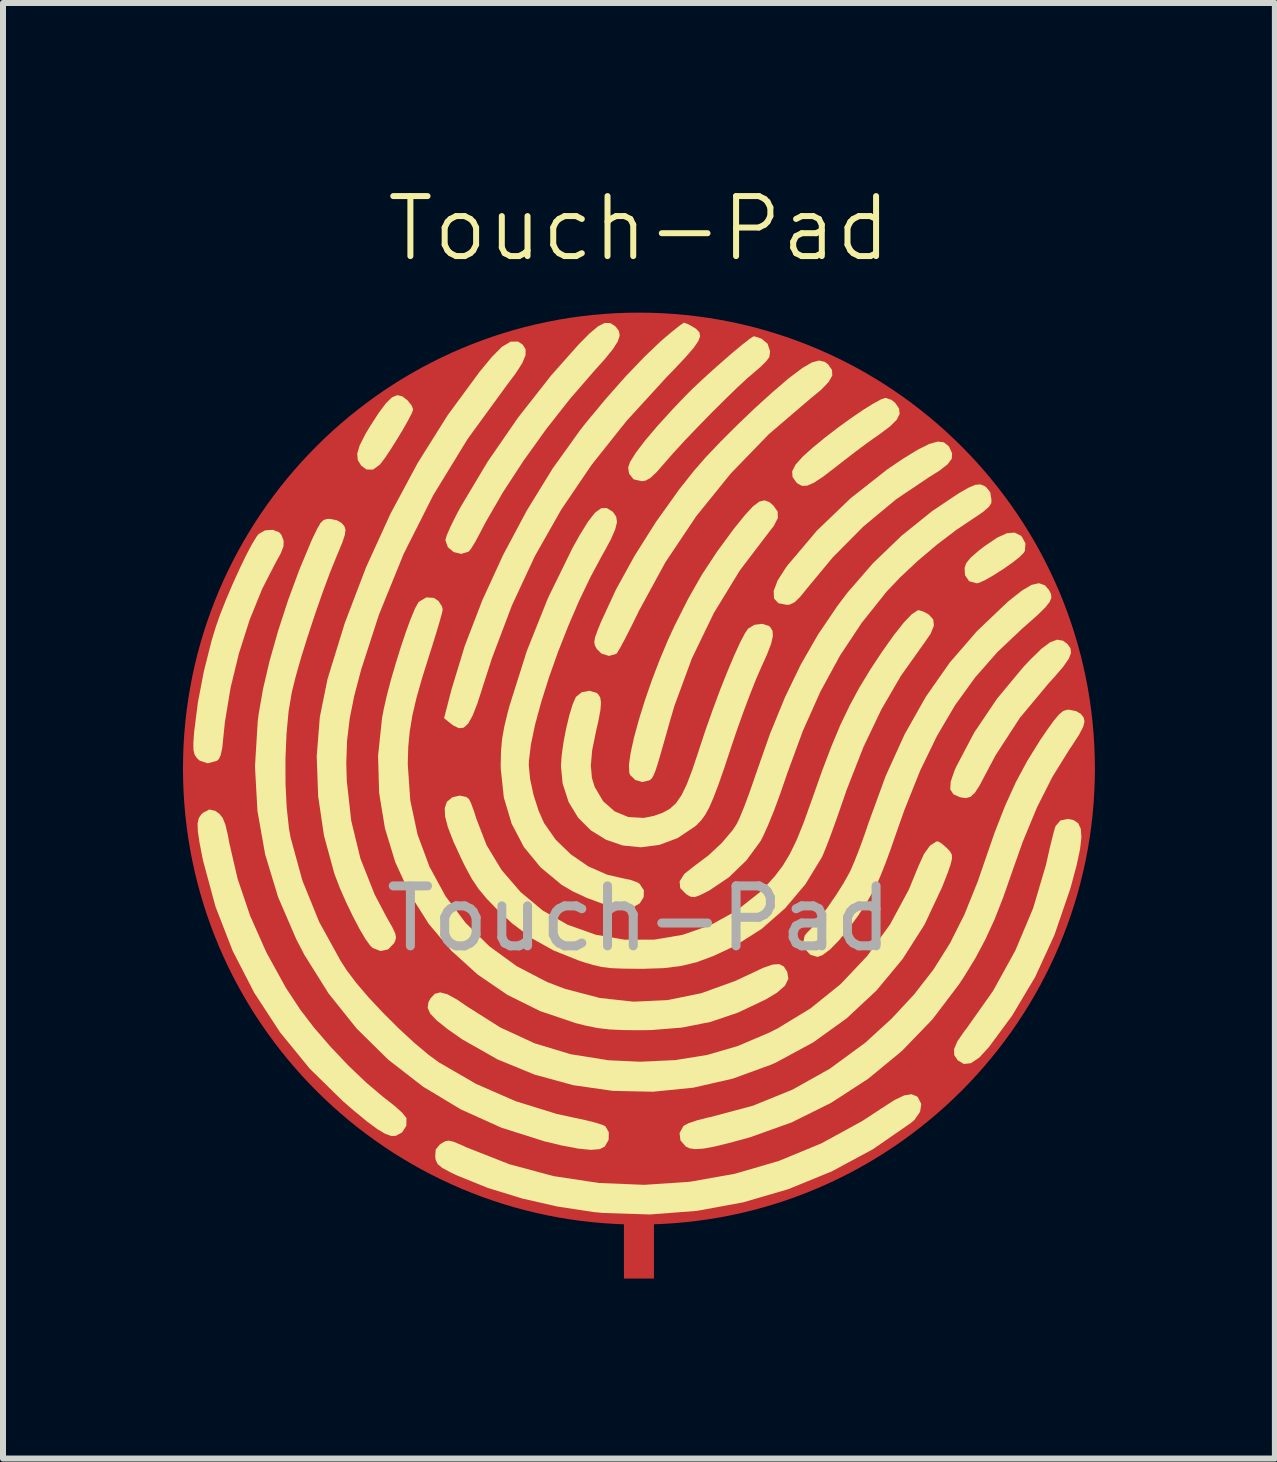
<source format=kicad_pcb>
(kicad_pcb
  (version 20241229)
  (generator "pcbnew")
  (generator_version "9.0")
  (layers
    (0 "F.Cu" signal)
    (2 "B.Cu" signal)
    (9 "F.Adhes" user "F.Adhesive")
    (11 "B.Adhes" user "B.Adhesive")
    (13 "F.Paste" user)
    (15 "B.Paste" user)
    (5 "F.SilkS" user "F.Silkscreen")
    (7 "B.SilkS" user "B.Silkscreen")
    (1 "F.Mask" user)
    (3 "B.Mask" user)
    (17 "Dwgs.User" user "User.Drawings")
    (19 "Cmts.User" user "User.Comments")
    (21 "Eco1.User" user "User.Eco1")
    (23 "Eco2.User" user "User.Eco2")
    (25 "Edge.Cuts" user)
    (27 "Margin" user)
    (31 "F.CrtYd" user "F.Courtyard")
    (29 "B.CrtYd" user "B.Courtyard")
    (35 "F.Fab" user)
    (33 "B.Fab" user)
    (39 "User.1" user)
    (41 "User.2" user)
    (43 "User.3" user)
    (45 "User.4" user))
  (footprint "Touch-Pad"
    (layer "F.Cu")
    (at 7.6 9.761)
    (property "Reference" "Touch-Pad" (at 0 -9 0) (unlocked yes) (layer "F.SilkS") (effects (font (size 1 1) (thickness 0.1))))
    (fp_line (start 0 1.7) (end 0 2.8) (stroke (width 0.4) (type default)) (layer "F.Cu"))
    (fp_circle (center 0 0) (end 7.5 0) (stroke (width 0.2) (type solid)) (fill yes) (layer "F.Cu"))
    (fp_poly (pts (xy 5.504 -3.123) (xy 5.435 -3.222) (xy 5.428 -3.343) (xy 5.455 -3.424) (xy 5.528 -3.514) (xy 5.658 -3.628) (xy 5.756 -3.704) (xy 5.967 -3.847) (xy 6.132 -3.923) (xy 6.261 -3.934) (xy 6.364 -3.883) (xy 6.38 -3.868) (xy 6.443 -3.753) (xy 6.433 -3.63) (xy 6.416 -3.599) (xy 6.346 -3.528) (xy 6.225 -3.432) (xy 6.074 -3.327) (xy 5.916 -3.226) (xy 5.773 -3.144) (xy 5.666 -3.095) (xy 5.632 -3.088)) (stroke (width 0) (type solid)) (fill yes) (layer "F.SilkS"))
    (fp_poly (pts (xy -4.544 -4.986) (xy -4.63 -5.051) (xy -4.687 -5.142) (xy -4.696 -5.25) (xy -4.654 -5.39) (xy -4.559 -5.576) (xy -4.496 -5.682) (xy -4.341 -5.924) (xy -4.217 -6.09) (xy -4.115 -6.189) (xy -4.026 -6.225) (xy -3.942 -6.204) (xy -3.853 -6.134) (xy -3.787 -6.049) (xy -3.763 -5.986) (xy -3.786 -5.923) (xy -3.847 -5.805) (xy -3.934 -5.651) (xy -4.036 -5.483) (xy -4.139 -5.318) (xy -4.234 -5.177) (xy -4.307 -5.08) (xy -4.315 -5.07) (xy -4.432 -4.983)) (stroke (width 0) (type solid)) (fill yes) (layer "F.SilkS"))
    (fp_poly (pts (xy 5.354 0.478) (xy 5.242 0.429) (xy 5.189 0.347) (xy 5.196 0.219) (xy 5.259 0.035) (xy 5.287 -0.029) (xy 5.589 -0.602) (xy 5.967 -1.163) (xy 6.409 -1.695) (xy 6.529 -1.822) (xy 6.712 -2) (xy 6.856 -2.107) (xy 6.972 -2.149) (xy 7.07 -2.131) (xy 7.141 -2.077) (xy 7.193 -2.006) (xy 7.202 -1.927) (xy 7.163 -1.828) (xy 7.072 -1.698) (xy 6.923 -1.524) (xy 6.831 -1.424) (xy 6.35 -0.847) (xy 5.944 -0.221) (xy 5.782 0.084) (xy 5.679 0.28) (xy 5.598 0.405) (xy 5.525 0.472) (xy 5.447 0.492)) (stroke (width 0) (type solid)) (fill yes) (layer "F.SilkS"))
    (fp_poly (pts (xy 2.325 -2.756) (xy 2.251 -2.836) (xy 2.246 -2.963) (xy 2.312 -3.136) (xy 2.449 -3.35) (xy 2.472 -3.382) (xy 2.966 -3.966) (xy 3.529 -4.507) (xy 4.143 -4.99) (xy 4.406 -5.168) (xy 4.652 -5.318) (xy 4.839 -5.411) (xy 4.98 -5.451) (xy 5.083 -5.438) (xy 5.159 -5.377) (xy 5.173 -5.357) (xy 5.22 -5.256) (xy 5.214 -5.165) (xy 5.146 -5.073) (xy 5.009 -4.966) (xy 4.848 -4.866) (xy 4.287 -4.489) (xy 3.743 -4.037) (xy 3.231 -3.521) (xy 2.806 -3.009) (xy 2.685 -2.86) (xy 2.595 -2.773) (xy 2.518 -2.735) (xy 2.47 -2.729)) (stroke (width 0) (type solid)) (fill yes) (layer "F.SilkS"))
    (fp_poly (pts (xy 2.647 -4.75) (xy 2.623 -4.771) (xy 2.56 -4.86) (xy 2.554 -4.955) (xy 2.61 -5.066) (xy 2.734 -5.204) (xy 2.895 -5.348) (xy 3.098 -5.515) (xy 3.315 -5.682) (xy 3.532 -5.839) (xy 3.734 -5.977) (xy 3.908 -6.085) (xy 4.039 -6.156) (xy 4.11 -6.179) (xy 4.207 -6.147) (xy 4.271 -6.097) (xy 4.335 -6.003) (xy 4.346 -5.913) (xy 4.298 -5.816) (xy 4.183 -5.702) (xy 3.996 -5.562) (xy 3.919 -5.509) (xy 3.79 -5.417) (xy 3.617 -5.288) (xy 3.425 -5.14) (xy 3.283 -5.029) (xy 3.076 -4.87) (xy 2.921 -4.767) (xy 2.806 -4.716) (xy 2.719 -4.712)) (stroke (width 0) (type solid)) (fill yes) (layer "F.SilkS"))
    (fp_poly (pts (xy 5.314 4.863) (xy 5.255 4.775) (xy 5.253 4.673) (xy 5.31 4.542) (xy 5.43 4.369) (xy 5.459 4.333) (xy 5.902 3.706) (xy 6.274 3.032) (xy 6.571 2.326) (xy 6.786 1.599) (xy 6.807 1.504) (xy 6.852 1.305) (xy 6.895 1.13) (xy 6.929 1.005) (xy 6.943 0.961) (xy 7.023 0.866) (xy 7.149 0.838) (xy 7.246 0.859) (xy 7.322 0.911) (xy 7.365 1.005) (xy 7.375 1.147) (xy 7.352 1.347) (xy 7.295 1.612) (xy 7.204 1.951) (xy 7.184 2.019) (xy 6.925 2.775) (xy 6.606 3.47) (xy 6.221 4.117) (xy 5.835 4.64) (xy 5.673 4.816) (xy 5.534 4.91) (xy 5.415 4.924)) (stroke (width 0) (type solid)) (fill yes) (layer "F.SilkS"))
    (fp_poly (pts (xy -3.088 -3.609) (xy -3.185 -3.691) (xy -3.226 -3.808) (xy -3.226 -3.811) (xy -3.205 -3.885) (xy -3.148 -4.017) (xy -3.065 -4.187) (xy -2.975 -4.357) (xy -2.526 -5.109) (xy -2.014 -5.852) (xy -1.46 -6.557) (xy -1.003 -7.072) (xy -0.82 -7.256) (xy -0.68 -7.373) (xy -0.57 -7.428) (xy -0.478 -7.426) (xy -0.395 -7.373) (xy -0.384 -7.363) (xy -0.333 -7.293) (xy -0.321 -7.216) (xy -0.353 -7.119) (xy -0.434 -6.992) (xy -0.57 -6.824) (xy -0.747 -6.627) (xy -1.153 -6.158) (xy -1.552 -5.65) (xy -1.928 -5.125) (xy -2.268 -4.604) (xy -2.555 -4.107) (xy -2.646 -3.933) (xy -2.724 -3.787) (xy -2.793 -3.673) (xy -2.838 -3.616) (xy -2.84 -3.615) (xy -2.963 -3.579)) (stroke (width 0) (type solid)) (fill yes) (layer "F.SilkS"))
    (fp_poly (pts (xy -7.321 -0.132) (xy -7.367 -0.173) (xy -7.406 -0.23) (xy -7.425 -0.308) (xy -7.427 -0.427) (xy -7.414 -0.61) (xy -7.352 -1.1) (xy -7.252 -1.621) (xy -7.124 -2.129) (xy -7.052 -2.365) (xy -6.976 -2.581) (xy -6.879 -2.825) (xy -6.77 -3.08) (xy -6.657 -3.329) (xy -6.548 -3.555) (xy -6.45 -3.741) (xy -6.371 -3.87) (xy -6.338 -3.911) (xy -6.231 -3.971) (xy -6.105 -3.98) (xy -5.998 -3.94) (xy -5.96 -3.897) (xy -5.922 -3.8) (xy -5.925 -3.703) (xy -5.973 -3.581) (xy -6.045 -3.452) (xy -6.279 -2.998) (xy -6.489 -2.48) (xy -6.667 -1.921) (xy -6.807 -1.346) (xy -6.901 -0.777) (xy -6.925 -0.544) (xy -6.945 -0.348) (xy -6.971 -0.224) (xy -7.005 -0.155) (xy -7.037 -0.129) (xy -7.188 -0.088)) (stroke (width 0) (type solid)) (fill yes) (layer "F.SilkS"))
    (fp_poly (pts (xy -0.089 -4.821) (xy -0.164 -4.914) (xy -0.18 -5.018) (xy -0.147 -5.113) (xy -0.053 -5.263) (xy 0.097 -5.461) (xy 0.299 -5.7) (xy 0.548 -5.975) (xy 0.756 -6.194) (xy 0.887 -6.325) (xy 1.048 -6.477) (xy 1.226 -6.639) (xy 1.408 -6.8) (xy 1.58 -6.949) (xy 1.73 -7.073) (xy 1.844 -7.162) (xy 1.91 -7.204) (xy 1.918 -7.206) (xy 1.979 -7.189) (xy 2.045 -7.164) (xy 2.144 -7.082) (xy 2.186 -6.956) (xy 2.174 -6.862) (xy 2.125 -6.793) (xy 2.028 -6.696) (xy 1.934 -6.616) (xy 1.804 -6.505) (xy 1.629 -6.342) (xy 1.422 -6.141) (xy 1.198 -5.918) (xy 0.972 -5.686) (xy 0.757 -5.461) (xy 0.569 -5.256) (xy 0.426 -5.092) (xy 0.29 -4.937) (xy 0.189 -4.843) (xy 0.108 -4.799) (xy 0.05 -4.79)) (stroke (width 0) (type solid)) (fill yes) (layer "F.SilkS"))
    (fp_poly (pts (xy -0.623 -1.916) (xy -0.7 -1.991) (xy -0.734 -2.051) (xy -0.745 -2.11) (xy -0.73 -2.191) (xy -0.686 -2.314) (xy -0.63 -2.45) (xy -0.382 -2.986) (xy -0.072 -3.548) (xy 0.284 -4.112) (xy 0.672 -4.655) (xy 0.921 -4.969) (xy 1.116 -5.192) (xy 1.362 -5.451) (xy 1.64 -5.728) (xy 1.93 -6.006) (xy 2.215 -6.264) (xy 2.473 -6.486) (xy 2.523 -6.526) (xy 2.727 -6.679) (xy 2.883 -6.77) (xy 3.003 -6.802) (xy 3.098 -6.779) (xy 3.155 -6.735) (xy 3.217 -6.646) (xy 3.223 -6.553) (xy 3.164 -6.446) (xy 3.038 -6.315) (xy 2.844 -6.155) (xy 2.162 -5.571) (xy 1.529 -4.917) (xy 0.953 -4.204) (xy 0.442 -3.44) (xy 0.004 -2.637) (xy -0.012 -2.604) (xy -0.122 -2.38) (xy -0.221 -2.185) (xy -0.302 -2.032) (xy -0.358 -1.937) (xy -0.377 -1.912) (xy -0.499 -1.878)) (stroke (width 0) (type solid)) (fill yes) (layer "F.SilkS"))
    (fp_poly (pts (xy -0.061 0.19) (xy -0.146 0.108) (xy -0.161 0.071) (xy -0.167 -0.061) (xy -0.139 -0.26) (xy -0.083 -0.515) (xy -0.002 -0.812) (xy 0.099 -1.137) (xy 0.217 -1.477) (xy 0.348 -1.819) (xy 0.487 -2.15) (xy 0.595 -2.384) (xy 0.825 -2.839) (xy 1.053 -3.238) (xy 1.299 -3.612) (xy 1.58 -3.994) (xy 1.598 -4.017) (xy 1.769 -4.228) (xy 1.901 -4.371) (xy 2.006 -4.45) (xy 2.093 -4.471) (xy 2.174 -4.442) (xy 2.239 -4.387) (xy 2.312 -4.284) (xy 2.316 -4.176) (xy 2.248 -4.045) (xy 2.18 -3.958) (xy 1.684 -3.306) (xy 1.25 -2.596) (xy 0.883 -1.838) (xy 0.591 -1.044) (xy 0.513 -0.78) (xy 0.427 -0.474) (xy 0.361 -0.243) (xy 0.312 -0.076) (xy 0.274 0.039) (xy 0.244 0.113) (xy 0.219 0.157) (xy 0.193 0.183) (xy 0.174 0.196) (xy 0.058 0.224)) (stroke (width 0) (type solid)) (fill yes) (layer "F.SilkS"))
    (fp_poly (pts (xy -3.092 -0.717) (xy -3.143 -0.755) (xy -3.248 -0.841) (xy -3.125 -1.316) (xy -2.902 -2.049) (xy -2.611 -2.805) (xy -2.263 -3.563) (xy -1.869 -4.302) (xy -1.439 -5.001) (xy -0.982 -5.639) (xy -0.871 -5.78) (xy -0.541 -6.176) (xy -0.217 -6.542) (xy 0.09 -6.862) (xy 0.364 -7.124) (xy 0.416 -7.169) (xy 0.555 -7.286) (xy 0.668 -7.376) (xy 0.739 -7.426) (xy 0.752 -7.432) (xy 0.812 -7.411) (xy 0.873 -7.379) (xy 0.957 -7.326) (xy 1.008 -7.272) (xy 1.02 -7.207) (xy 0.989 -7.124) (xy 0.911 -7.011) (xy 0.78 -6.86) (xy 0.593 -6.661) (xy 0.457 -6.521) (xy -0.205 -5.797) (xy -0.786 -5.067) (xy -1.293 -4.32) (xy -1.735 -3.541) (xy -2.118 -2.718) (xy -2.451 -1.837) (xy -2.597 -1.383) (xy -2.69 -1.094) (xy -2.771 -0.885) (xy -2.846 -0.75) (xy -2.92 -0.682) (xy -3 -0.673)) (stroke (width 0) (type solid)) (fill yes) (layer "F.SilkS"))
    (fp_poly (pts (xy -4.23 6.087) (xy -4.361 6.009) (xy -4.531 5.883) (xy -4.75 5.703) (xy -4.935 5.543) (xy -5.487 5.002) (xy -5.981 4.397) (xy -6.411 3.739) (xy -6.772 3.038) (xy -7.058 2.301) (xy -7.264 1.54) (xy -7.278 1.472) (xy -7.327 1.219) (xy -7.353 1.037) (xy -7.356 0.91) (xy -7.336 0.824) (xy -7.293 0.761) (xy -7.26 0.733) (xy -7.16 0.682) (xy -7.063 0.704) (xy -6.993 0.754) (xy -6.938 0.822) (xy -6.892 0.938) (xy -6.85 1.118) (xy -6.829 1.235) (xy -6.69 1.835) (xy -6.481 2.453) (xy -6.209 3.066) (xy -5.886 3.652) (xy -5.646 4.017) (xy -5.418 4.315) (xy -5.145 4.631) (xy -4.849 4.944) (xy -4.55 5.23) (xy -4.271 5.467) (xy -4.202 5.52) (xy -4.06 5.633) (xy -3.946 5.737) (xy -3.882 5.814) (xy -3.875 5.828) (xy -3.877 5.953) (xy -3.947 6.063) (xy -4.053 6.122) (xy -4.131 6.123)) (stroke (width 0) (type solid)) (fill yes) (layer "F.SilkS"))
    (fp_poly (pts (xy -0.598 7.407) (xy -0.753 7.392) (xy -1.353 7.301) (xy -1.95 7.165) (xy -2.52 6.989) (xy -3.034 6.781) (xy -3.136 6.732) (xy -3.277 6.657) (xy -3.354 6.594) (xy -3.388 6.522) (xy -3.396 6.468) (xy -3.388 6.349) (xy -3.32 6.267) (xy -3.294 6.249) (xy -3.231 6.212) (xy -3.171 6.201) (xy -3.092 6.219) (xy -2.969 6.27) (xy -2.876 6.313) (xy -2.159 6.595) (xy -1.421 6.793) (xy -0.669 6.907) (xy 0.089 6.938) (xy 0.847 6.887) (xy 1.597 6.754) (xy 2.331 6.54) (xy 3.043 6.246) (xy 3.726 5.872) (xy 4.041 5.665) (xy 4.258 5.525) (xy 4.422 5.447) (xy 4.544 5.428) (xy 4.634 5.464) (xy 4.649 5.478) (xy 4.706 5.59) (xy 4.686 5.721) (xy 4.593 5.855) (xy 4.535 5.905) (xy 3.899 6.345) (xy 3.214 6.714) (xy 2.49 7.01) (xy 1.737 7.23) (xy 0.965 7.372) (xy 0.183 7.432)) (stroke (width 0) (type solid)) (fill yes) (layer "F.SilkS"))
    (fp_poly (pts (xy -4.437 2.99) (xy -4.476 2.954) (xy -4.556 2.845) (xy -4.658 2.672) (xy -4.77 2.458) (xy -4.884 2.221) (xy -4.988 1.984) (xy -5.071 1.767) (xy -5.079 1.744) (xy -5.25 1.116) (xy -5.347 0.461) (xy -5.371 -0.205) (xy -5.319 -0.86) (xy -5.192 -1.487) (xy -5.192 -1.489) (xy -4.902 -2.429) (xy -4.55 -3.352) (xy -4.143 -4.245) (xy -3.688 -5.094) (xy -3.19 -5.888) (xy -2.656 -6.614) (xy -2.451 -6.862) (xy -2.283 -7.031) (xy -2.139 -7.116) (xy -2.016 -7.118) (xy -1.936 -7.066) (xy -1.889 -6.989) (xy -1.89 -6.89) (xy -1.944 -6.76) (xy -2.054 -6.588) (xy -2.205 -6.387) (xy -2.857 -5.492) (xy -3.428 -4.558) (xy -3.92 -3.583) (xy -4.334 -2.564) (xy -4.63 -1.65) (xy -4.745 -1.214) (xy -4.822 -0.829) (xy -4.865 -0.465) (xy -4.878 -0.095) (xy -4.87 0.201) (xy -4.796 0.867) (xy -4.643 1.497) (xy -4.406 2.097) (xy -4.205 2.479) (xy -4.114 2.638) (xy -4.064 2.743) (xy -4.049 2.814) (xy -4.063 2.873) (xy -4.083 2.912) (xy -4.182 3.014) (xy -4.309 3.041)) (stroke (width 0) (type solid)) (fill yes) (layer "F.SilkS"))
    (fp_poly (pts (xy 2.857 3.103) (xy 2.774 3.013) (xy 2.739 2.898) (xy 2.762 2.784) (xy 2.807 2.73) (xy 2.897 2.638) (xy 3.017 2.488) (xy 3.152 2.303) (xy 3.289 2.103) (xy 3.412 1.908) (xy 3.506 1.74) (xy 3.528 1.696) (xy 3.597 1.535) (xy 3.681 1.32) (xy 3.767 1.082) (xy 3.829 0.899) (xy 4.111 0.127) (xy 4.427 -0.569) (xy 4.782 -1.198) (xy 5.182 -1.769) (xy 5.634 -2.291) (xy 6.141 -2.774) (xy 6.177 -2.804) (xy 6.383 -2.967) (xy 6.543 -3.062) (xy 6.667 -3.09) (xy 6.765 -3.056) (xy 6.833 -2.979) (xy 6.868 -2.912) (xy 6.875 -2.848) (xy 6.845 -2.776) (xy 6.771 -2.684) (xy 6.646 -2.561) (xy 6.46 -2.396) (xy 6.392 -2.337) (xy 5.976 -1.943) (xy 5.604 -1.52) (xy 5.269 -1.056) (xy 4.966 -0.541) (xy 4.687 0.035) (xy 4.427 0.684) (xy 4.28 1.1) (xy 4.196 1.343) (xy 4.11 1.577) (xy 4.03 1.778) (xy 3.968 1.923) (xy 3.958 1.943) (xy 3.819 2.194) (xy 3.662 2.439) (xy 3.497 2.666) (xy 3.335 2.862) (xy 3.186 3.014) (xy 3.059 3.11) (xy 2.976 3.139)) (stroke (width 0) (type solid)) (fill yes) (layer "F.SilkS"))
    (fp_poly (pts (xy -0.434 5.372) (xy -1.095 5.277) (xy -1.739 5.101) (xy -2.358 4.847) (xy -2.944 4.514) (xy -3.186 4.345) (xy -3.367 4.201) (xy -3.477 4.087) (xy -3.522 3.989) (xy -3.509 3.895) (xy -3.475 3.831) (xy -3.403 3.754) (xy -3.313 3.73) (xy -3.194 3.761) (xy -3.032 3.85) (xy -2.867 3.963) (xy -2.313 4.314) (xy -1.739 4.579) (xy -1.138 4.761) (xy -0.504 4.862) (xy 0.022 4.886) (xy 0.603 4.859) (xy 1.137 4.773) (xy 1.651 4.623) (xy 2.171 4.401) (xy 2.307 4.333) (xy 2.86 3.997) (xy 3.362 3.592) (xy 3.806 3.122) (xy 4.187 2.595) (xy 4.499 2.016) (xy 4.659 1.625) (xy 4.751 1.423) (xy 4.852 1.283) (xy 4.955 1.217) (xy 4.984 1.213) (xy 5.037 1.242) (xy 5.12 1.313) (xy 5.134 1.326) (xy 5.185 1.38) (xy 5.214 1.431) (xy 5.219 1.495) (xy 5.198 1.589) (xy 5.149 1.731) (xy 5.069 1.936) (xy 5.054 1.974) (xy 4.761 2.599) (xy 4.394 3.175) (xy 3.959 3.699) (xy 3.462 4.163) (xy 2.907 4.562) (xy 2.302 4.89) (xy 2.206 4.934) (xy 1.564 5.168) (xy 0.904 5.319) (xy 0.236 5.386)) (stroke (width 0) (type solid)) (fill yes) (layer "F.SilkS"))
    (fp_poly (pts (xy -0.393 2.31) (xy -0.619 2.248) (xy -0.862 2.158) (xy -1.097 2.05) (xy -1.285 1.94) (xy -1.637 1.649) (xy -1.917 1.308) (xy -2.122 0.918) (xy -2.252 0.483) (xy -2.303 0.008) (xy -2.304 -0.064) (xy -2.299 -0.294) (xy -2.281 -0.495) (xy -2.244 -0.702) (xy -2.184 -0.949) (xy -2.158 -1.045) (xy -1.87 -1.957) (xy -1.517 -2.841) (xy -1.109 -3.674) (xy -0.987 -3.892) (xy -0.848 -4.118) (xy -0.732 -4.266) (xy -0.631 -4.339) (xy -0.538 -4.344) (xy -0.444 -4.286) (xy -0.429 -4.272) (xy -0.379 -4.199) (xy -0.366 -4.109) (xy -0.395 -3.988) (xy -0.467 -3.822) (xy -0.588 -3.599) (xy -0.614 -3.554) (xy -0.806 -3.196) (xy -0.996 -2.8) (xy -1.177 -2.38) (xy -1.347 -1.949) (xy -1.499 -1.521) (xy -1.628 -1.112) (xy -1.731 -0.734) (xy -1.801 -0.401) (xy -1.834 -0.129) (xy -1.836 -0.055) (xy -1.814 0.174) (xy -1.757 0.439) (xy -1.674 0.699) (xy -1.582 0.907) (xy -1.388 1.185) (xy -1.134 1.431) (xy -0.842 1.631) (xy -0.531 1.768) (xy -0.292 1.824) (xy -0.144 1.854) (xy -0.025 1.897) (xy 0.011 1.92) (xy 0.082 2.028) (xy 0.079 2.143) (xy 0.014 2.246) (xy -0.102 2.315) (xy -0.215 2.333)) (stroke (width 0) (type solid)) (fill yes) (layer "F.SilkS"))
    (fp_poly (pts (xy 0.868 2.138) (xy 0.802 2.103) (xy 0.786 2.092) (xy 0.688 1.992) (xy 0.678 1.88) (xy 0.755 1.757) (xy 0.914 1.63) (xy 1.157 1.448) (xy 1.381 1.239) (xy 1.562 1.026) (xy 1.63 0.922) (xy 1.681 0.815) (xy 1.751 0.643) (xy 1.832 0.428) (xy 1.916 0.188) (xy 1.948 0.093) (xy 2.187 -0.586) (xy 2.435 -1.191) (xy 2.698 -1.735) (xy 2.985 -2.234) (xy 3.302 -2.703) (xy 3.474 -2.931) (xy 3.898 -3.42) (xy 4.377 -3.881) (xy 4.887 -4.292) (xy 5.318 -4.581) (xy 5.488 -4.679) (xy 5.606 -4.73) (xy 5.692 -4.737) (xy 5.765 -4.707) (xy 5.789 -4.689) (xy 5.856 -4.605) (xy 5.876 -4.477) (xy 5.873 -4.424) (xy 5.835 -4.365) (xy 5.738 -4.28) (xy 5.602 -4.187) (xy 5.589 -4.179) (xy 5.293 -3.981) (xy 4.97 -3.735) (xy 4.648 -3.463) (xy 4.354 -3.188) (xy 4.126 -2.947) (xy 3.716 -2.433) (xy 3.351 -1.883) (xy 3.026 -1.286) (xy 2.732 -0.628) (xy 2.463 0.104) (xy 2.443 0.164) (xy 2.348 0.44) (xy 2.249 0.706) (xy 2.153 0.942) (xy 2.069 1.127) (xy 2.025 1.212) (xy 1.792 1.529) (xy 1.5 1.811) (xy 1.174 2.031) (xy 1.153 2.042) (xy 1.016 2.111) (xy 0.93 2.142)) (stroke (width 0) (type solid)) (fill yes) (layer "F.SilkS"))
    (fp_poly (pts (xy 0.845 6.33) (xy 0.781 6.3) (xy 0.692 6.198) (xy 0.677 6.074) (xy 0.74 5.96) (xy 0.75 5.95) (xy 0.829 5.91) (xy 0.969 5.863) (xy 1.147 5.817) (xy 1.209 5.804) (xy 1.9 5.619) (xy 2.559 5.351) (xy 3.182 5.002) (xy 3.769 4.572) (xy 4.21 4.169) (xy 4.586 3.765) (xy 4.907 3.352) (xy 5.184 2.912) (xy 5.427 2.428) (xy 5.647 1.882) (xy 5.758 1.559) (xy 5.933 1.054) (xy 6.104 0.618) (xy 6.28 0.231) (xy 6.472 -0.127) (xy 6.688 -0.475) (xy 6.797 -0.635) (xy 6.917 -0.802) (xy 7.004 -0.905) (xy 7.073 -0.961) (xy 7.139 -0.981) (xy 7.167 -0.982) (xy 7.287 -0.958) (xy 7.365 -0.912) (xy 7.413 -0.851) (xy 7.427 -0.782) (xy 7.403 -0.692) (xy 7.337 -0.566) (xy 7.222 -0.388) (xy 7.164 -0.302) (xy 6.889 0.143) (xy 6.635 0.646) (xy 6.398 1.218) (xy 6.227 1.701) (xy 6.074 2.14) (xy 5.927 2.515) (xy 5.775 2.846) (xy 5.609 3.158) (xy 5.417 3.472) (xy 5.332 3.6) (xy 4.891 4.181) (xy 4.383 4.707) (xy 3.817 5.173) (xy 3.201 5.572) (xy 2.544 5.898) (xy 1.856 6.144) (xy 1.797 6.161) (xy 1.486 6.245) (xy 1.247 6.303) (xy 1.069 6.335) (xy 0.939 6.343)) (stroke (width 0) (type solid)) (fill yes) (layer "F.SilkS"))
    (fp_poly (pts (xy -0.279 4.358) (xy -0.497 4.347) (xy -0.686 4.325) (xy -0.876 4.287) (xy -1.053 4.243) (xy -1.648 4.042) (xy -2.195 3.77) (xy -2.688 3.433) (xy -3.126 3.037) (xy -3.503 2.589) (xy -3.816 2.095) (xy -4.061 1.561) (xy -4.234 0.994) (xy -4.331 0.401) (xy -4.348 -0.214) (xy -4.282 -0.843) (xy -4.254 -0.991) (xy -4.202 -1.22) (xy -4.134 -1.479) (xy -4.054 -1.752) (xy -3.97 -2.023) (xy -3.885 -2.276) (xy -3.805 -2.494) (xy -3.735 -2.663) (xy -3.68 -2.765) (xy -3.667 -2.781) (xy -3.544 -2.854) (xy -3.417 -2.845) (xy -3.341 -2.793) (xy -3.284 -2.706) (xy -3.271 -2.653) (xy -3.284 -2.588) (xy -3.321 -2.455) (xy -3.376 -2.269) (xy -3.445 -2.046) (xy -3.491 -1.902) (xy -3.616 -1.504) (xy -3.71 -1.171) (xy -3.777 -0.883) (xy -3.82 -0.621) (xy -3.845 -0.367) (xy -3.853 -0.102) (xy -3.853 -0.064) (xy -3.811 0.532) (xy -3.69 1.1) (xy -3.492 1.634) (xy -3.224 2.127) (xy -2.889 2.572) (xy -2.492 2.963) (xy -2.037 3.294) (xy -1.53 3.558) (xy -1.23 3.672) (xy -0.654 3.823) (xy -0.087 3.885) (xy 0.476 3.859) (xy 1.039 3.744) (xy 1.604 3.54) (xy 1.851 3.424) (xy 2.071 3.321) (xy 2.229 3.266) (xy 2.339 3.259) (xy 2.416 3.3) (xy 2.472 3.386) (xy 2.472 3.388) (xy 2.491 3.503) (xy 2.436 3.617) (xy 2.301 3.735) (xy 2.114 3.848) (xy 1.649 4.068) (xy 1.194 4.222) (xy 0.723 4.316) (xy 0.21 4.358) (xy -0.000473 4.361)) (stroke (width 0) (type solid)) (fill yes) (layer "F.SilkS"))
    (fp_poly (pts (xy -0.268 1.282) (xy -0.549 1.186) (xy -0.801 1.03) (xy -1.013 0.819) (xy -1.173 0.556) (xy -1.272 0.248) (xy -1.3 -0.041) (xy -1.288 -0.219) (xy -1.258 -0.436) (xy -1.214 -0.666) (xy -1.161 -0.885) (xy -1.106 -1.068) (xy -1.054 -1.188) (xy -1.05 -1.195) (xy -0.955 -1.272) (xy -0.827 -1.297) (xy -0.71 -1.264) (xy -0.681 -1.242) (xy -0.645 -1.185) (xy -0.632 -1.099) (xy -0.643 -0.969) (xy -0.679 -0.78) (xy -0.717 -0.615) (xy -0.78 -0.303) (xy -0.802 -0.052) (xy -0.784 0.154) (xy -0.737 0.307) (xy -0.596 0.545) (xy -0.404 0.714) (xy -0.175 0.808) (xy 0.082 0.822) (xy 0.25 0.788) (xy 0.397 0.736) (xy 0.517 0.669) (xy 0.619 0.575) (xy 0.71 0.443) (xy 0.798 0.261) (xy 0.891 0.017) (xy 0.997 -0.3) (xy 1.014 -0.354) (xy 1.121 -0.675) (xy 1.237 -1.001) (xy 1.356 -1.321) (xy 1.475 -1.619) (xy 1.587 -1.884) (xy 1.686 -2.101) (xy 1.768 -2.258) (xy 1.819 -2.332) (xy 1.925 -2.397) (xy 2.056 -2.413) (xy 2.168 -2.377) (xy 2.186 -2.362) (xy 2.226 -2.298) (xy 2.233 -2.21) (xy 2.204 -2.083) (xy 2.136 -1.905) (xy 2.031 -1.672) (xy 1.949 -1.483) (xy 1.85 -1.233) (xy 1.741 -0.943) (xy 1.632 -0.638) (xy 1.542 -0.372) (xy 1.425 -0.018) (xy 1.327 0.262) (xy 1.245 0.478) (xy 1.174 0.643) (xy 1.107 0.766) (xy 1.04 0.86) (xy 0.968 0.935) (xy 0.936 0.963) (xy 0.645 1.158) (xy 0.34 1.272) (xy 0.032 1.312)) (stroke (width 0) (type solid)) (fill yes) (layer "F.SilkS"))
    (fp_poly (pts (xy -1.007 6.335) (xy -1.286 6.282) (xy -1.572 6.214) (xy -2.292 5.986) (xy -2.97 5.68) (xy -3.601 5.3) (xy -4.181 4.85) (xy -4.706 4.332) (xy -5.172 3.75) (xy -5.574 3.109) (xy -5.71 2.848) (xy -6.015 2.141) (xy -6.231 1.428) (xy -6.359 0.705) (xy -6.4 -0.032) (xy -6.354 -0.79) (xy -6.34 -0.902) (xy -6.268 -1.318) (xy -6.158 -1.789) (xy -6.015 -2.294) (xy -5.847 -2.81) (xy -5.66 -3.316) (xy -5.462 -3.79) (xy -5.445 -3.827) (xy -5.366 -3.993) (xy -5.308 -4.093) (xy -5.256 -4.144) (xy -5.197 -4.161) (xy -5.158 -4.163) (xy -5.037 -4.14) (xy -4.954 -4.092) (xy -4.91 -4.04) (xy -4.891 -3.981) (xy -4.901 -3.899) (xy -4.941 -3.776) (xy -5.016 -3.594) (xy -5.044 -3.528) (xy -5.154 -3.256) (xy -5.275 -2.929) (xy -5.4 -2.57) (xy -5.521 -2.203) (xy -5.631 -1.851) (xy -5.721 -1.535) (xy -5.785 -1.278) (xy -5.786 -1.273) (xy -5.84 -0.951) (xy -5.875 -0.571) (xy -5.892 -0.159) (xy -5.891 0.258) (xy -5.871 0.654) (xy -5.833 1.001) (xy -5.807 1.146) (xy -5.611 1.862) (xy -5.331 2.553) (xy -4.971 3.207) (xy -4.875 3.356) (xy -4.716 3.568) (xy -4.506 3.814) (xy -4.261 4.075) (xy -4.001 4.334) (xy -3.743 4.572) (xy -3.505 4.772) (xy -3.334 4.897) (xy -2.714 5.256) (xy -2.053 5.545) (xy -1.371 5.756) (xy -1.077 5.82) (xy -0.88 5.862) (xy -0.713 5.905) (xy -0.597 5.943) (xy -0.559 5.962) (xy -0.502 6.062) (xy -0.505 6.187) (xy -0.569 6.299) (xy -0.569 6.3) (xy -0.655 6.343) (xy -0.799 6.355)) (stroke (width 0) (type solid)) (fill yes) (layer "F.SilkS"))
    (fp_poly (pts (xy -0.275 3.334) (xy -0.465 3.326) (xy -0.618 3.307) (xy -0.763 3.274) (xy -0.926 3.225) (xy -1.009 3.197) (xy -1.422 3.032) (xy -1.78 2.832) (xy -2.115 2.579) (xy -2.359 2.353) (xy -2.539 2.167) (xy -2.673 2.006) (xy -2.785 1.839) (xy -2.896 1.634) (xy -2.951 1.523) (xy -3.091 1.219) (xy -3.184 0.979) (xy -3.232 0.795) (xy -3.237 0.657) (xy -3.202 0.555) (xy -3.2 0.552) (xy -3.11 0.478) (xy -2.989 0.45) (xy -2.877 0.473) (xy -2.834 0.507) (xy -2.798 0.578) (xy -2.751 0.706) (xy -2.712 0.83) (xy -2.539 1.278) (xy -2.289 1.691) (xy -1.974 2.057) (xy -1.603 2.366) (xy -1.188 2.603) (xy -1.188 2.603) (xy -0.718 2.77) (xy -0.235 2.852) (xy 0.25 2.852) (xy 0.727 2.771) (xy 1.186 2.612) (xy 1.617 2.375) (xy 2.009 2.065) (xy 2.105 1.97) (xy 2.263 1.796) (xy 2.397 1.62) (xy 2.515 1.424) (xy 2.628 1.192) (xy 2.743 0.908) (xy 2.87 0.554) (xy 2.883 0.518) (xy 3.052 0.039) (xy 3.208 -0.371) (xy 3.358 -0.729) (xy 3.512 -1.05) (xy 3.676 -1.354) (xy 3.86 -1.656) (xy 4.048 -1.941) (xy 4.249 -2.225) (xy 4.417 -2.437) (xy 4.55 -2.575) (xy 4.645 -2.637) (xy 4.665 -2.64) (xy 4.747 -2.615) (xy 4.828 -2.57) (xy 4.905 -2.487) (xy 4.917 -2.384) (xy 4.863 -2.249) (xy 4.741 -2.072) (xy 4.732 -2.06) (xy 4.369 -1.55) (xy 4.041 -0.986) (xy 3.741 -0.357) (xy 3.465 0.347) (xy 3.389 0.567) (xy 3.3 0.823) (xy 3.213 1.064) (xy 3.135 1.271) (xy 3.073 1.425) (xy 3.045 1.485) (xy 2.775 1.927) (xy 2.437 2.328) (xy 2.044 2.673) (xy 1.611 2.948) (xy 1.545 2.982) (xy 1.235 3.126) (xy 0.962 3.227) (xy 0.698 3.291) (xy 0.413 3.326) (xy 0.077 3.337) (xy -0.023 3.337)) (stroke (width 0) (type solid)) (fill yes) (layer "F.SilkS"))
    (fp_text user "${REFERENCE}" (at 0 2.5 0) (unlocked yes) (layer "F.Fab") (effects (font (size 1 1) (thickness 0.15))))
    (pad "1" connect rect (at 0 8 180) (size 0.5 1) (layers "F.Cu" "F.Mask")))
  (gr_rect
    (start -3 -3)
    (end 18.2 21.261)
    (stroke (width 0.1) (type default))
    (fill no)
    (layer "Edge.Cuts")))
</source>
